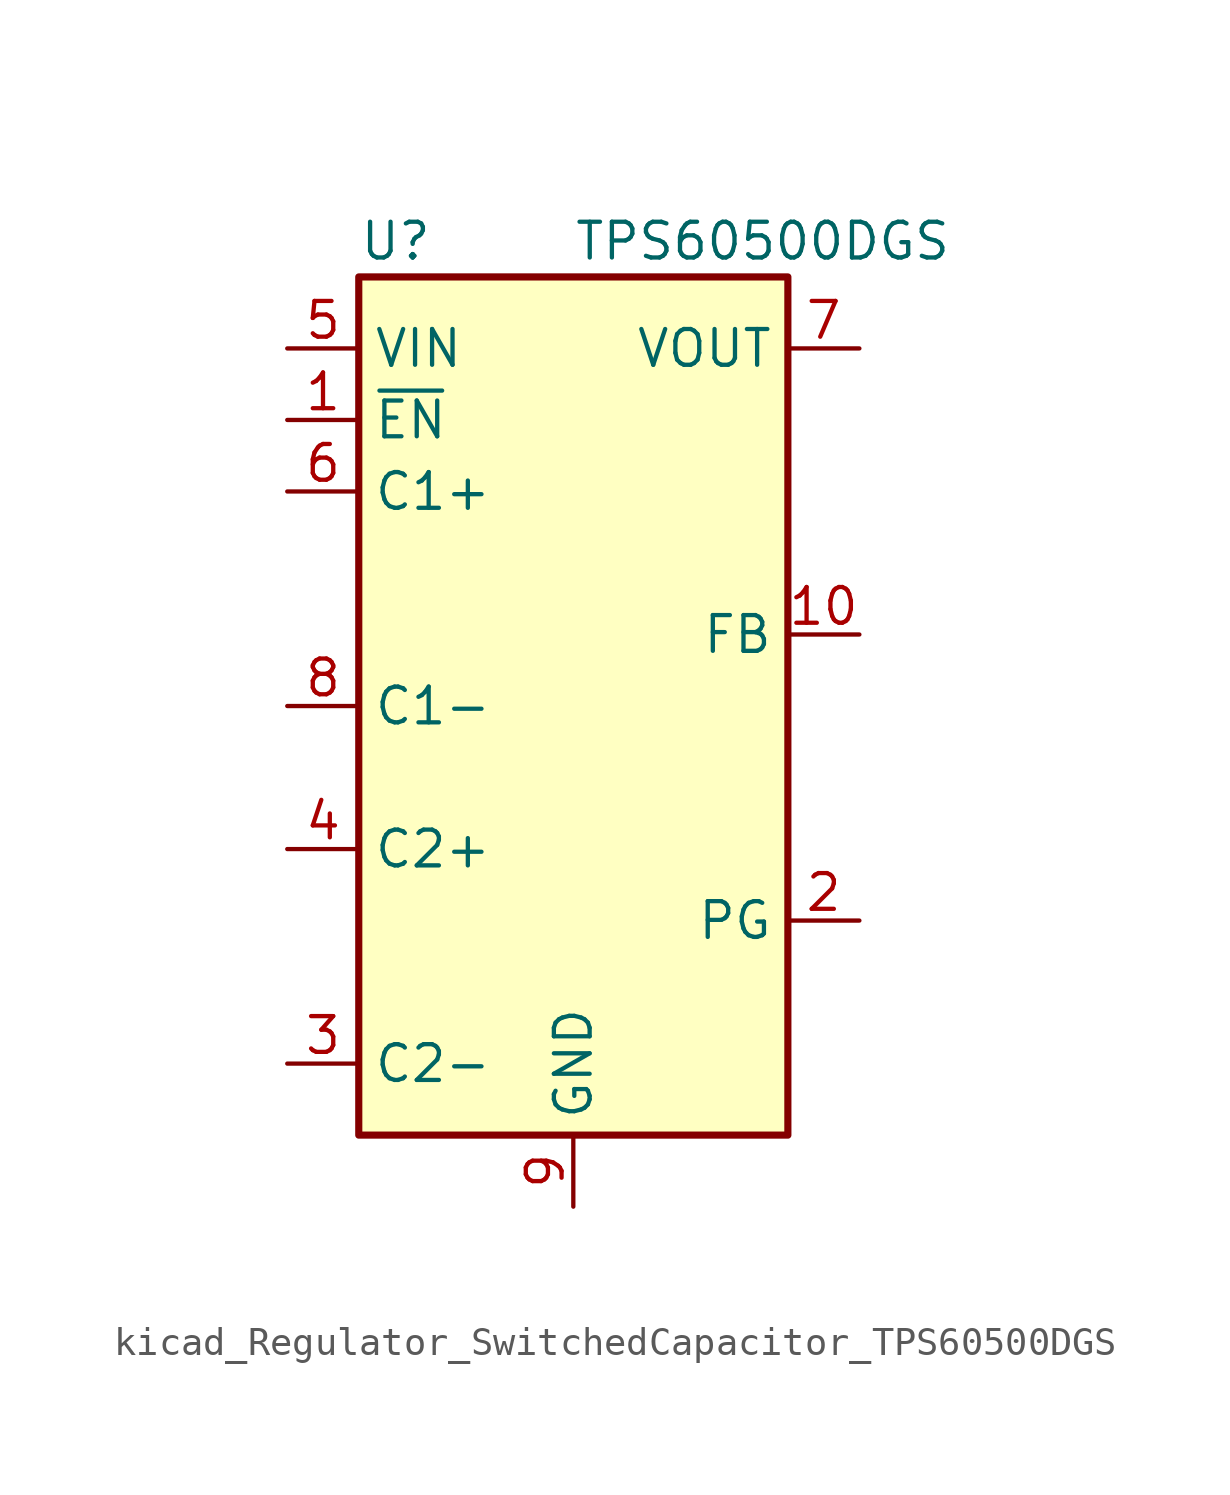
<source format=kicad_sym>
(kicad_symbol_lib
  (version 20220914)
  (generator kicad_symbol_editor)
  (symbol "kicad_Regulator_SwitchedCapacitor_TPS60500DGS"
    (property "Reference" "U"
      (at -7.62 16.51 0)
      (effects (font (size 1.27 1.27)) (justify left)))
    (property "Value" "TPS60500DGS"
      (at 0 16.51 0)
      (effects (font (size 1.27 1.27)) (justify left)))
    (symbol "kicad_Regulator_SwitchedCapacitor_TPS60500DGS_0_1"
      (rectangle (start -7.62 15.24) (end 7.62 -15.24) (stroke (width 0.254) (type default)) (fill (type background))))
    (symbol "kicad_Regulator_SwitchedCapacitor_TPS60500DGS_1_1"
      (pin input line (at -10.16 10.16 0) (length 2.54) (name "~{EN}" (effects (font (size 1.27 1.27)))) (number "1" (effects (font (size 1.27 1.27)))))
      (pin input line (at 10.16 2.54 180) (length 2.54) (name "FB" (effects (font (size 1.27 1.27)))) (number "10" (effects (font (size 1.27 1.27)))))
      (pin open_collector line (at 10.16 -7.62 180) (length 2.54) (name "PG" (effects (font (size 1.27 1.27)))) (number "2" (effects (font (size 1.27 1.27)))))
      (pin passive line (at -10.16 -12.7 0) (length 2.54) (name "C2-" (effects (font (size 1.27 1.27)))) (number "3" (effects (font (size 1.27 1.27)))))
      (pin passive line (at -10.16 -5.08 0) (length 2.54) (name "C2+" (effects (font (size 1.27 1.27)))) (number "4" (effects (font (size 1.27 1.27)))))
      (pin power_in line (at -10.16 12.7 0) (length 2.54) (name "VIN" (effects (font (size 1.27 1.27)))) (number "5" (effects (font (size 1.27 1.27)))))
      (pin passive line (at -10.16 7.62 0) (length 2.54) (name "C1+" (effects (font (size 1.27 1.27)))) (number "6" (effects (font (size 1.27 1.27)))))
      (pin power_out line (at 10.16 12.7 180) (length 2.54) (name "VOUT" (effects (font (size 1.27 1.27)))) (number "7" (effects (font (size 1.27 1.27)))))
      (pin passive line (at -10.16 0 0) (length 2.54) (name "C1-" (effects (font (size 1.27 1.27)))) (number "8" (effects (font (size 1.27 1.27)))))
      (pin power_in line (at 0 -17.78 90) (length 2.54) (name "GND" (effects (font (size 1.27 1.27)))) (number "9" (effects (font (size 1.27 1.27))))))))
</source>
